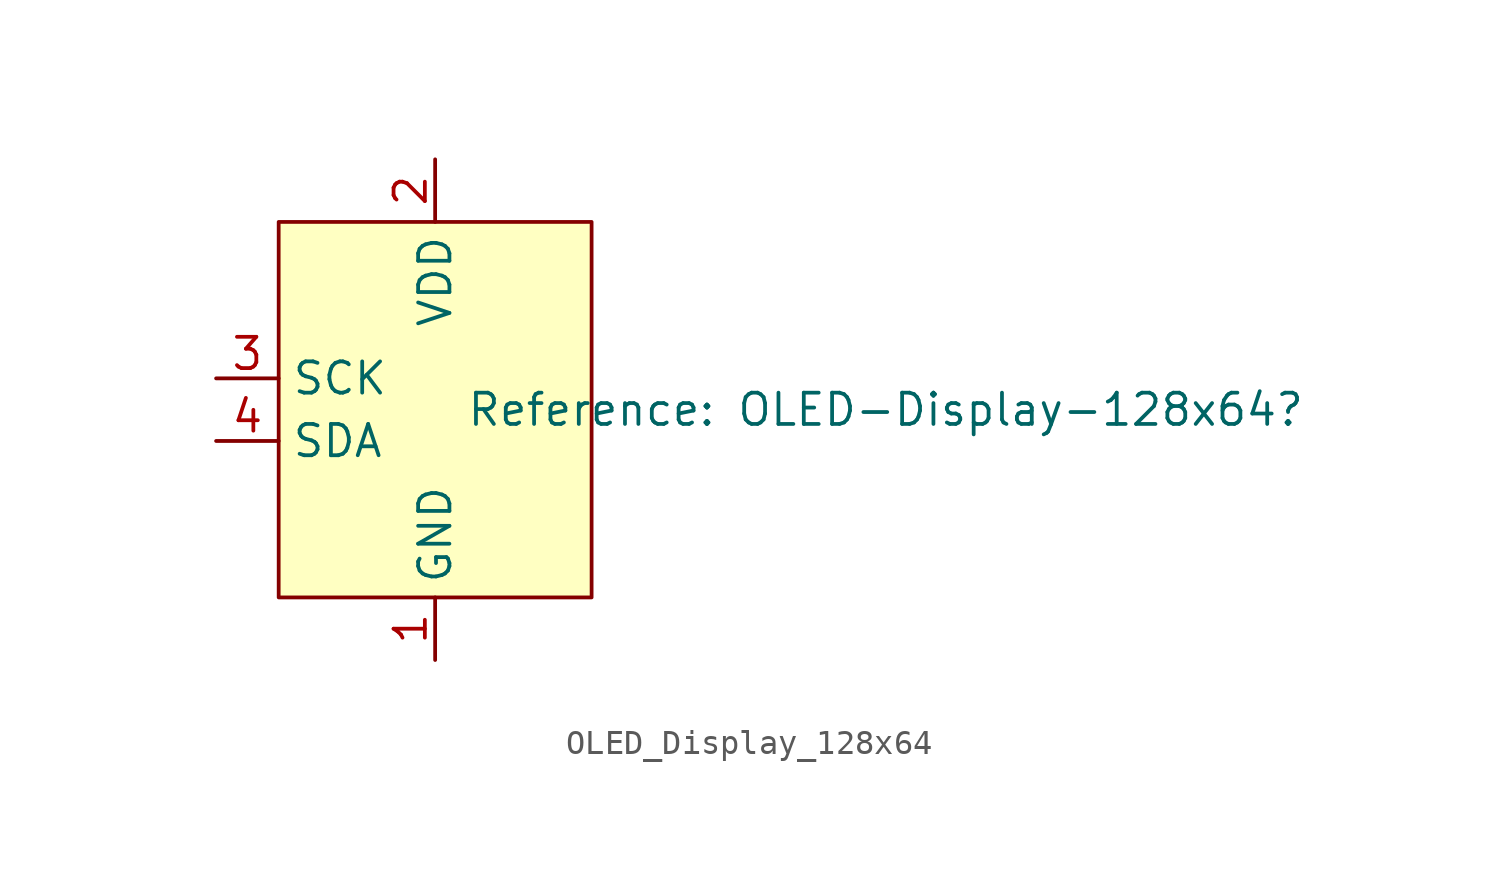
<source format=kicad_sym>
(kicad_symbol_lib
  (version 20231120)
  (generator "kicad_symbol_editor")
  (generator_version "8.0")
  (symbol "OLED_Display_128x64"
    (property "Reference" "OLED-Display-128x64"
      (at 18.288 0 0)
      (show_name)
      (do_not_autoplace)
      (effects (font (size 1.27 1.27))))
    (property "Value" ""
      (at -1.27 3.81 0)
      (effects (font (size 1.27 1.27))))
    (symbol "OLED_Display_128x64_1_1"
      (rectangle (start -6.35 7.62) (end 6.35 -7.62) (stroke (width 0) (type default)) (fill (type background)))
      (pin unspecified line (at 0 -10.16 90) (length 2.54) (name "GND" (effects (font (size 1.27 1.27)))) (number "1" (effects (font (size 1.27 1.27)))))
      (pin input line (at 0 10.16 270) (length 2.54) (name "VDD" (effects (font (size 1.27 1.27)))) (number "2" (effects (font (size 1.27 1.27)))))
      (pin bidirectional line (at -8.89 1.27 0) (length 2.54) (name "SCK" (effects (font (size 1.27 1.27)))) (number "3" (effects (font (size 1.27 1.27)))))
      (pin bidirectional line (at -8.89 -1.27 0) (length 2.54) (name "SDA" (effects (font (size 1.27 1.27)))) (number "4" (effects (font (size 1.27 1.27))))))))
</source>
